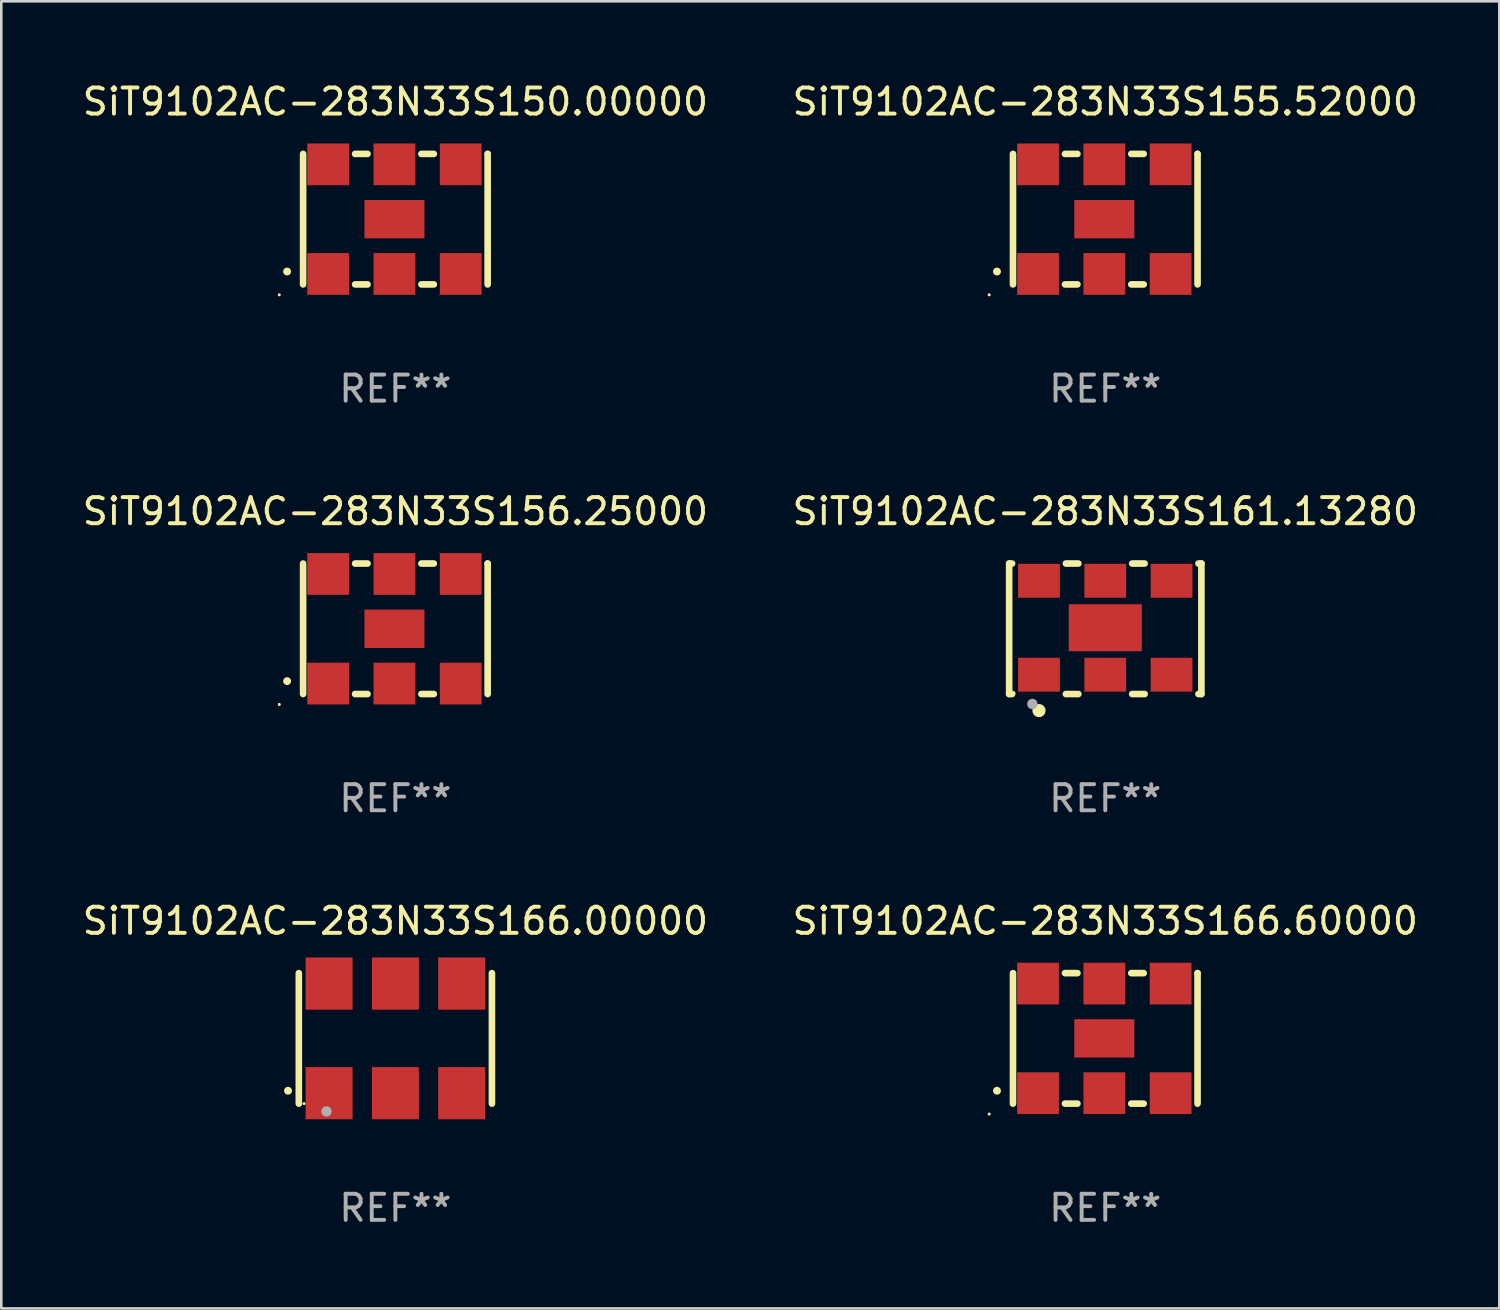
<source format=kicad_pcb>
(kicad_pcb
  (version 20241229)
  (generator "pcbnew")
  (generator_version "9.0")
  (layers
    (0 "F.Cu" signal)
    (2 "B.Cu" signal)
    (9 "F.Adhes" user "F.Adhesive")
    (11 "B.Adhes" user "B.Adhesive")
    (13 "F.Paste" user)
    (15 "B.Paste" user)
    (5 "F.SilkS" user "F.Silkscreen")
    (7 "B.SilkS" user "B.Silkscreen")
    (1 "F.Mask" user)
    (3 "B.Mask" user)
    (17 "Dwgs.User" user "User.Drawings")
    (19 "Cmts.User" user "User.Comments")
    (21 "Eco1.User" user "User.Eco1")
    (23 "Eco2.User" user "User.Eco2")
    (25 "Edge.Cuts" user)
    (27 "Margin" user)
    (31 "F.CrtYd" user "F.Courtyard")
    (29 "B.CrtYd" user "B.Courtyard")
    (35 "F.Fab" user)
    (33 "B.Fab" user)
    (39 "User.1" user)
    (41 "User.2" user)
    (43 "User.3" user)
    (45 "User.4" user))
  (footprint "SiT9102AC-283N33S150.00000"
    (layer "F.Cu")
    (at 12.101 5.348)
    (property "Reference" "SiT9102AC-283N33S150.00000" (at 0 -4.5 0) (layer "F.SilkS") (effects (font (size 1 1) (thickness 0.15))))
    (attr through_hole)
    (fp_line (start -3.536 -2.5) (end -3.536 2.5) (stroke (width 0.254) (type solid)) (layer "F.SilkS"))
    (fp_line (start -1.544 2.5) (end -1.067 2.5) (stroke (width 0.254) (type solid)) (layer "F.SilkS"))
    (fp_line (start -1.067 -2.5) (end -1.544 -2.5) (stroke (width 0.254) (type solid)) (layer "F.SilkS"))
    (fp_line (start 0.996 2.5) (end 1.473 2.5) (stroke (width 0.254) (type solid)) (layer "F.SilkS"))
    (fp_line (start 1.473 -2.5) (end 0.996 -2.5) (stroke (width 0.254) (type solid)) (layer "F.SilkS"))
    (fp_line (start 3.536 -2.5) (end 3.536 -2.5) (stroke (width 0.254) (type solid)) (layer "F.SilkS"))
    (fp_line (start 3.536 2.5) (end 3.536 -2.5) (stroke (width 0.254) (type solid)) (layer "F.SilkS"))
    (fp_arc (start -4.150432 2.006604) (mid -4.149162 2.006599) (end -4.147892 2.006604) (stroke (width 0.3) (type solid)) (layer "F.SilkS"))
    (fp_circle (center -4.449 2.9) (end -4.419 2.9) (stroke (width 0.06) (type solid)) (fill no) (layer "F.SilkS"))
    (fp_text user "REF**" (at 0 6.5 0) (layer "F.Fab") (effects (font (size 1 1) (thickness 0.15))))
    (pad "1" smd rect (at -2.576 2.1) (size 1.6 1.6) (layers "F.Cu" "F.Mask" "F.Paste"))
    (pad "2" smd rect (at -0.036 2.1) (size 1.6 1.6) (layers "F.Cu" "F.Mask" "F.Paste"))
    (pad "3" smd rect (at 2.504 2.1) (size 1.6 1.6) (layers "F.Cu" "F.Mask" "F.Paste"))
    (pad "4" smd rect (at 2.504 -2.1) (size 1.6 1.6) (layers "F.Cu" "F.Mask" "F.Paste"))
    (pad "5" smd rect (at -0.036 -2.1) (size 1.6 1.6) (layers "F.Cu" "F.Mask" "F.Paste"))
    (pad "6" smd rect (at -2.576 -2.1) (size 1.6 1.6) (layers "F.Cu" "F.Mask" "F.Paste"))
    (pad "7" smd rect (at -0.036 0) (size 2.3 1.47) (layers "F.Cu" "F.Mask" "F.Paste")))
  (footprint "SiT9102AC-283N33S155.52000"
    (layer "F.Cu")
    (at 39.304 5.348)
    (property "Reference" "SiT9102AC-283N33S155.52000" (at 0 -4.5 0) (layer "F.SilkS") (effects (font (size 1 1) (thickness 0.15))))
    (attr through_hole)
    (fp_line (start -3.536 -2.5) (end -3.536 2.5) (stroke (width 0.254) (type solid)) (layer "F.SilkS"))
    (fp_line (start -1.544 2.5) (end -1.067 2.5) (stroke (width 0.254) (type solid)) (layer "F.SilkS"))
    (fp_line (start -1.067 -2.5) (end -1.544 -2.5) (stroke (width 0.254) (type solid)) (layer "F.SilkS"))
    (fp_line (start 0.996 2.5) (end 1.473 2.5) (stroke (width 0.254) (type solid)) (layer "F.SilkS"))
    (fp_line (start 1.473 -2.5) (end 0.996 -2.5) (stroke (width 0.254) (type solid)) (layer "F.SilkS"))
    (fp_line (start 3.536 -2.5) (end 3.536 -2.5) (stroke (width 0.254) (type solid)) (layer "F.SilkS"))
    (fp_line (start 3.536 2.5) (end 3.536 -2.5) (stroke (width 0.254) (type solid)) (layer "F.SilkS"))
    (fp_arc (start -4.150432 2.006604) (mid -4.149162 2.006599) (end -4.147892 2.006604) (stroke (width 0.3) (type solid)) (layer "F.SilkS"))
    (fp_circle (center -4.449 2.9) (end -4.419 2.9) (stroke (width 0.06) (type solid)) (fill no) (layer "F.SilkS"))
    (fp_text user "REF**" (at 0 6.5 0) (layer "F.Fab") (effects (font (size 1 1) (thickness 0.15))))
    (pad "1" smd rect (at -2.576 2.1) (size 1.6 1.6) (layers "F.Cu" "F.Mask" "F.Paste"))
    (pad "2" smd rect (at -0.036 2.1) (size 1.6 1.6) (layers "F.Cu" "F.Mask" "F.Paste"))
    (pad "3" smd rect (at 2.504 2.1) (size 1.6 1.6) (layers "F.Cu" "F.Mask" "F.Paste"))
    (pad "4" smd rect (at 2.504 -2.1) (size 1.6 1.6) (layers "F.Cu" "F.Mask" "F.Paste"))
    (pad "5" smd rect (at -0.036 -2.1) (size 1.6 1.6) (layers "F.Cu" "F.Mask" "F.Paste"))
    (pad "6" smd rect (at -2.576 -2.1) (size 1.6 1.6) (layers "F.Cu" "F.Mask" "F.Paste"))
    (pad "7" smd rect (at -0.036 0) (size 2.3 1.47) (layers "F.Cu" "F.Mask" "F.Paste")))
  (footprint "SiT9102AC-283N33S166.60000"
    (layer "F.Cu")
    (at 39.304 36.741)
    (property "Reference" "SiT9102AC-283N33S166.60000" (at 0 -4.5 0) (layer "F.SilkS") (effects (font (size 1 1) (thickness 0.15))))
    (attr through_hole)
    (fp_line (start -3.536 -2.5) (end -3.536 2.5) (stroke (width 0.254) (type solid)) (layer "F.SilkS"))
    (fp_line (start -1.544 2.5) (end -1.067 2.5) (stroke (width 0.254) (type solid)) (layer "F.SilkS"))
    (fp_line (start -1.067 -2.5) (end -1.544 -2.5) (stroke (width 0.254) (type solid)) (layer "F.SilkS"))
    (fp_line (start 0.996 2.5) (end 1.473 2.5) (stroke (width 0.254) (type solid)) (layer "F.SilkS"))
    (fp_line (start 1.473 -2.5) (end 0.996 -2.5) (stroke (width 0.254) (type solid)) (layer "F.SilkS"))
    (fp_line (start 3.536 -2.5) (end 3.536 -2.5) (stroke (width 0.254) (type solid)) (layer "F.SilkS"))
    (fp_line (start 3.536 2.5) (end 3.536 -2.5) (stroke (width 0.254) (type solid)) (layer "F.SilkS"))
    (fp_arc (start -4.150432 2.006604) (mid -4.149162 2.006599) (end -4.147892 2.006604) (stroke (width 0.3) (type solid)) (layer "F.SilkS"))
    (fp_circle (center -4.449 2.9) (end -4.419 2.9) (stroke (width 0.06) (type solid)) (fill no) (layer "F.SilkS"))
    (fp_text user "REF**" (at 0 6.5 0) (layer "F.Fab") (effects (font (size 1 1) (thickness 0.15))))
    (pad "1" smd rect (at -2.576 2.1) (size 1.6 1.6) (layers "F.Cu" "F.Mask" "F.Paste"))
    (pad "2" smd rect (at -0.036 2.1) (size 1.6 1.6) (layers "F.Cu" "F.Mask" "F.Paste"))
    (pad "3" smd rect (at 2.504 2.1) (size 1.6 1.6) (layers "F.Cu" "F.Mask" "F.Paste"))
    (pad "4" smd rect (at 2.504 -2.1) (size 1.6 1.6) (layers "F.Cu" "F.Mask" "F.Paste"))
    (pad "5" smd rect (at -0.036 -2.1) (size 1.6 1.6) (layers "F.Cu" "F.Mask" "F.Paste"))
    (pad "6" smd rect (at -2.576 -2.1) (size 1.6 1.6) (layers "F.Cu" "F.Mask" "F.Paste"))
    (pad "7" smd rect (at -0.036 0) (size 2.3 1.47) (layers "F.Cu" "F.Mask" "F.Paste")))
  (footprint "SiT9102AC-283N33S161.13280"
    (layer "F.Cu")
    (at 39.304 21.045)
    (property "Reference" "SiT9102AC-283N33S161.13280" (at 0 -4.5 0) (layer "F.SilkS") (effects (font (size 1 1) (thickness 0.15))))
    (attr through_hole)
    (fp_line (start -3.683 -2.5) (end -3.571 -2.5) (stroke (width 0.254) (type solid)) (layer "F.SilkS"))
    (fp_line (start -3.683 2.5) (end -3.683 -2.5) (stroke (width 0.254) (type solid)) (layer "F.SilkS"))
    (fp_line (start -3.683 2.5) (end -3.571 2.5) (stroke (width 0.254) (type solid)) (layer "F.SilkS"))
    (fp_line (start -1.509 -2.5) (end -1.031 -2.5) (stroke (width 0.254) (type solid)) (layer "F.SilkS"))
    (fp_line (start -1.509 2.5) (end -1.031 2.5) (stroke (width 0.254) (type solid)) (layer "F.SilkS"))
    (fp_line (start 1.031 -2.5) (end 1.509 -2.5) (stroke (width 0.254) (type solid)) (layer "F.SilkS"))
    (fp_line (start 1.031 2.5) (end 1.509 2.5) (stroke (width 0.254) (type solid)) (layer "F.SilkS"))
    (fp_line (start 3.571 -2.5) (end 3.683 -2.5) (stroke (width 0.254) (type solid)) (layer "F.SilkS"))
    (fp_line (start 3.571 2.5) (end 3.683 2.5) (stroke (width 0.254) (type solid)) (layer "F.SilkS"))
    (fp_line (start 3.683 2.5) (end 3.683 -2.5) (stroke (width 0.254) (type solid)) (layer "F.SilkS"))
    (fp_circle (center -3.5 2.46) (end -3.47 2.46) (stroke (width 0.06) (type solid)) (fill no) (layer "F.SilkS"))
    (fp_circle (center -2.54 3.135) (end -2.413 3.135) (stroke (width 0.254) (type solid)) (fill no) (layer "F.SilkS"))
    (fp_circle (center -2.794 2.881) (end -2.694 2.881) (stroke (width 0.2) (type solid)) (fill no) (layer "F.Fab"))
    (fp_text user "REF**" (at 0 6.5 0) (layer "F.Fab") (effects (font (size 1 1) (thickness 0.15))))
    (pad "1" smd rect (at -2.54 1.76) (size 1.6 1.3) (layers "F.Cu" "F.Mask" "F.Paste"))
    (pad "2" smd rect (at 0 1.76) (size 1.6 1.3) (layers "F.Cu" "F.Mask" "F.Paste"))
    (pad "3" smd rect (at 2.54 1.76) (size 1.6 1.3) (layers "F.Cu" "F.Mask" "F.Paste"))
    (pad "4" smd rect (at 2.54 -1.84) (size 1.6 1.3) (layers "F.Cu" "F.Mask" "F.Paste"))
    (pad "5" smd rect (at 0 -1.84) (size 1.6 1.3) (layers "F.Cu" "F.Mask" "F.Paste"))
    (pad "6" smd rect (at -2.54 -1.84) (size 1.6 1.3) (layers "F.Cu" "F.Mask" "F.Paste"))
    (pad "7" smd rect (at 0 -0.04) (size 2.8 1.8) (layers "F.Cu" "F.Mask" "F.Paste")))
  (footprint "SiT9102AC-283N33S166.00000"
    (layer "F.Cu")
    (at 12.101 36.741)
    (property "Reference" "SiT9102AC-283N33S166.00000" (at 0 -4.5 0) (layer "F.SilkS") (effects (font (size 1 1) (thickness 0.15))))
    (attr through_hole)
    (fp_line (start -3.7 -2.5) (end -3.7 2.5) (stroke (width 0.254) (type solid)) (layer "F.SilkS"))
    (fp_line (start 3.7 -2.5) (end 3.7 2.5) (stroke (width 0.254) (type solid)) (layer "F.SilkS"))
    (fp_arc (start -4.114415 2.006604) (mid -4.113145 2.006599) (end -4.111875 2.006604) (stroke (width 0.3) (type solid)) (layer "F.SilkS"))
    (fp_circle (center -3.5 2.501) (end -3.47 2.501) (stroke (width 0.06) (type solid)) (fill no) (layer "F.SilkS"))
    (fp_circle (center -2.641 2.799) (end -2.541 2.799) (stroke (width 0.2) (type solid)) (fill no) (layer "F.Fab"))
    (fp_text user "REF**" (at 0 6.5 0) (layer "F.Fab") (effects (font (size 1 1) (thickness 0.15))))
    (pad "1" smd rect (at -2.54 2.1) (size 1.8 2) (layers "F.Cu" "F.Mask" "F.Paste"))
    (pad "2" smd rect (at 0.000394 2.1) (size 1.8 2) (layers "F.Cu" "F.Mask" "F.Paste"))
    (pad "3" smd rect (at 2.54 2.1) (size 1.8 2) (layers "F.Cu" "F.Mask" "F.Paste"))
    (pad "4" smd rect (at 2.54 -2.1) (size 1.8 2) (layers "F.Cu" "F.Mask" "F.Paste"))
    (pad "5" smd rect (at 0.000394 -2.1) (size 1.8 2) (layers "F.Cu" "F.Mask" "F.Paste"))
    (pad "6" smd rect (at -2.54 -2.1) (size 1.8 2) (layers "F.Cu" "F.Mask" "F.Paste")))
  (footprint "SiT9102AC-283N33S156.25000"
    (layer "F.Cu")
    (at 12.101 21.045)
    (property "Reference" "SiT9102AC-283N33S156.25000" (at 0 -4.5 0) (layer "F.SilkS") (effects (font (size 1 1) (thickness 0.15))))
    (attr through_hole)
    (fp_line (start -3.536 -2.5) (end -3.536 2.5) (stroke (width 0.254) (type solid)) (layer "F.SilkS"))
    (fp_line (start -1.544 2.5) (end -1.067 2.5) (stroke (width 0.254) (type solid)) (layer "F.SilkS"))
    (fp_line (start -1.067 -2.5) (end -1.544 -2.5) (stroke (width 0.254) (type solid)) (layer "F.SilkS"))
    (fp_line (start 0.996 2.5) (end 1.473 2.5) (stroke (width 0.254) (type solid)) (layer "F.SilkS"))
    (fp_line (start 1.473 -2.5) (end 0.996 -2.5) (stroke (width 0.254) (type solid)) (layer "F.SilkS"))
    (fp_line (start 3.536 -2.5) (end 3.536 -2.5) (stroke (width 0.254) (type solid)) (layer "F.SilkS"))
    (fp_line (start 3.536 2.5) (end 3.536 -2.5) (stroke (width 0.254) (type solid)) (layer "F.SilkS"))
    (fp_arc (start -4.150432 2.006604) (mid -4.149162 2.006599) (end -4.147892 2.006604) (stroke (width 0.3) (type solid)) (layer "F.SilkS"))
    (fp_circle (center -4.449 2.9) (end -4.419 2.9) (stroke (width 0.06) (type solid)) (fill no) (layer "F.SilkS"))
    (fp_text user "REF**" (at 0 6.5 0) (layer "F.Fab") (effects (font (size 1 1) (thickness 0.15))))
    (pad "1" smd rect (at -2.576 2.1) (size 1.6 1.6) (layers "F.Cu" "F.Mask" "F.Paste"))
    (pad "2" smd rect (at -0.036 2.1) (size 1.6 1.6) (layers "F.Cu" "F.Mask" "F.Paste"))
    (pad "3" smd rect (at 2.504 2.1) (size 1.6 1.6) (layers "F.Cu" "F.Mask" "F.Paste"))
    (pad "4" smd rect (at 2.504 -2.1) (size 1.6 1.6) (layers "F.Cu" "F.Mask" "F.Paste"))
    (pad "5" smd rect (at -0.036 -2.1) (size 1.6 1.6) (layers "F.Cu" "F.Mask" "F.Paste"))
    (pad "6" smd rect (at -2.576 -2.1) (size 1.6 1.6) (layers "F.Cu" "F.Mask" "F.Paste"))
    (pad "7" smd rect (at -0.036 0) (size 2.3 1.47) (layers "F.Cu" "F.Mask" "F.Paste")))
  (gr_rect
    (start -3 -3)
    (end 54.405 47.09)
    (stroke (width 0.1) (type default))
    (fill no)
    (layer "Edge.Cuts")))
</source>
